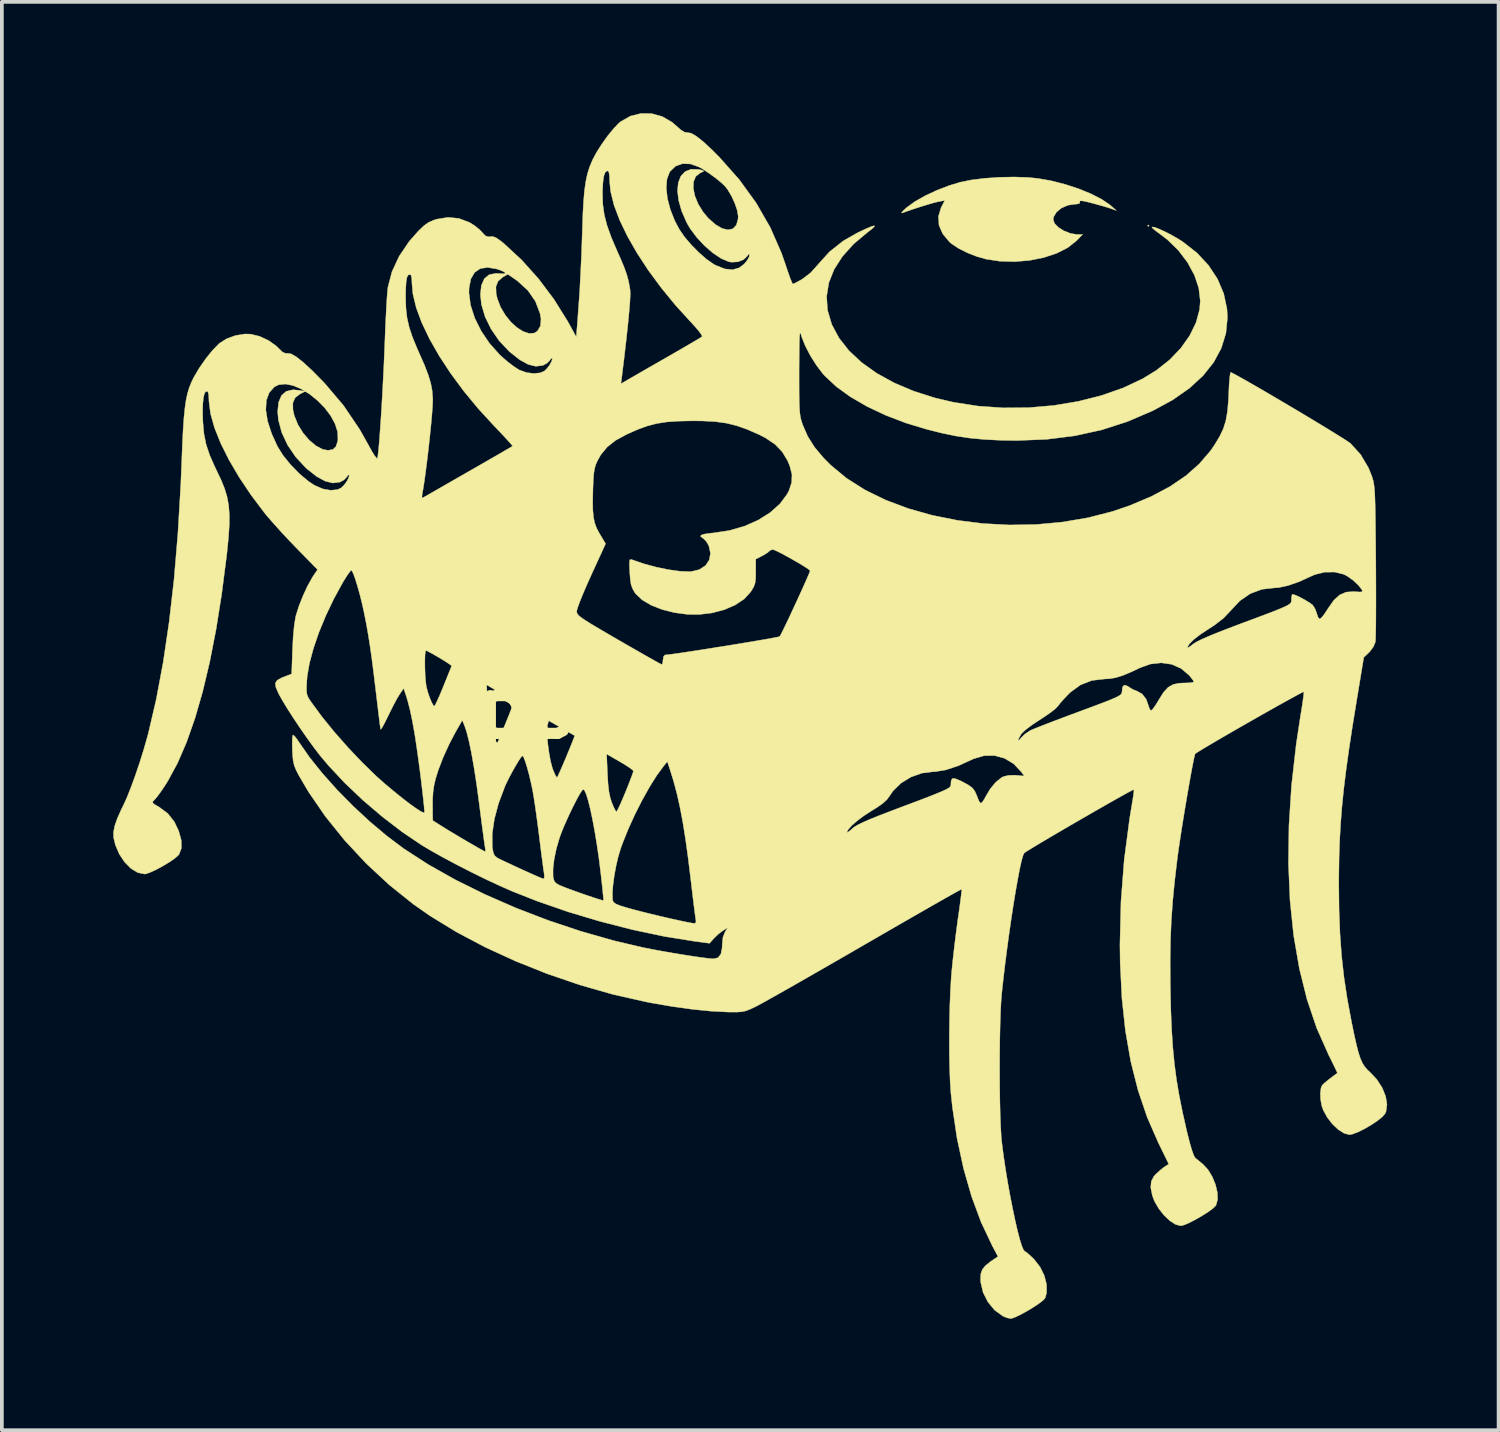
<source format=kicad_pcb>
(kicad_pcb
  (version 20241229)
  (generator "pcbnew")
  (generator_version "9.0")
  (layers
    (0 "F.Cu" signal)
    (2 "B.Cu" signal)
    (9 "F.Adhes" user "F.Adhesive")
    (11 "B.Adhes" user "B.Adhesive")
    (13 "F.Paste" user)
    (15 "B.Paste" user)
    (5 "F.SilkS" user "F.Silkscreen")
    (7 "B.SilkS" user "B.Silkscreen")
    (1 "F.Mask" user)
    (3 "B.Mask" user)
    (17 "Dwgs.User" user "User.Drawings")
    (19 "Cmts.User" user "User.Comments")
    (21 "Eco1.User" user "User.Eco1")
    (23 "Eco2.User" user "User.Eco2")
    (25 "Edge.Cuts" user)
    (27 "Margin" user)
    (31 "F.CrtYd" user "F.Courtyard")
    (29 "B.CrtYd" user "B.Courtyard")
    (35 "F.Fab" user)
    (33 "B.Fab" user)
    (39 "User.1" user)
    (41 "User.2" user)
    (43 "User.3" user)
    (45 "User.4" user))
  (footprint "perry-41mm"
    (layer "F.Cu")
    (at 17.083 16.006)
    (property "Reference" "perry-41mm" (at 0 0 0) (layer "F.SilkS") (effects (font (size 1.524 1.524) (thickness 0.3))))
    (attr through_hole)
    (fp_poly (pts (xy 10.806 -12.98) (xy 10.784 -12.958) (xy 10.763 -12.98) (xy 10.784 -13.001) (xy 10.806 -12.98)) (stroke (width 0.01) (type solid)) (fill yes) (layer "F.SilkS"))
    (fp_poly (pts (xy 7.549 -14.278) (xy 7.805 -14.253) (xy 8.174 -14.188) (xy 8.549 -14.092) (xy 8.912 -13.973) (xy 9.246 -13.836) (xy 9.532 -13.689) (xy 9.752 -13.539) (xy 9.773 -13.521) (xy 9.923 -13.389) (xy 9.794 -13.435) (xy 9.693 -13.468) (xy 9.538 -13.514) (xy 9.355 -13.565) (xy 9.291 -13.582) (xy 9.11 -13.628) (xy 8.999 -13.649) (xy 8.946 -13.646) (xy 8.94 -13.622) (xy 8.933 -13.579) (xy 8.858 -13.561) (xy 8.819 -13.56) (xy 8.622 -13.531) (xy 8.446 -13.455) (xy 8.311 -13.344) (xy 8.234 -13.213) (xy 8.223 -13.141) (xy 8.262 -13.037) (xy 8.365 -12.933) (xy 8.512 -12.841) (xy 8.681 -12.774) (xy 8.853 -12.744) (xy 8.876 -12.743) (xy 9.015 -12.743) (xy 8.849 -12.573) (xy 8.616 -12.388) (xy 8.318 -12.237) (xy 7.97 -12.121) (xy 7.589 -12.045) (xy 7.189 -12.011) (xy 6.786 -12.023) (xy 6.42 -12.078) (xy 6.166 -12.15) (xy 5.906 -12.252) (xy 5.669 -12.372) (xy 5.482 -12.497) (xy 5.431 -12.541) (xy 5.248 -12.761) (xy 5.149 -12.991) (xy 5.133 -13.226) (xy 5.203 -13.461) (xy 5.213 -13.482) (xy 5.303 -13.658) (xy 5.137 -13.628) (xy 5.025 -13.601) (xy 4.855 -13.552) (xy 4.652 -13.49) (xy 4.44 -13.421) (xy 4.244 -13.353) (xy 4.154 -13.321) (xy 4.14 -13.329) (xy 4.183 -13.38) (xy 4.274 -13.465) (xy 4.284 -13.472) (xy 4.498 -13.628) (xy 4.775 -13.785) (xy 5.091 -13.933) (xy 5.424 -14.061) (xy 5.714 -14.149) (xy 6.019 -14.211) (xy 6.382 -14.256) (xy 6.776 -14.283) (xy 7.174 -14.291) (xy 7.549 -14.278)) (stroke (width 0.01) (type solid)) (fill yes) (layer "F.SilkS"))
    (fp_poly (pts (xy -2.586 -15.997) (xy -2.302 -15.918) (xy -2.039 -15.766) (xy -1.933 -15.674) (xy -1.798 -15.555) (xy -1.699 -15.495) (xy -1.621 -15.486) (xy -1.621 -15.487) (xy -1.523 -15.469) (xy -1.382 -15.387) (xy -1.196 -15.239) (xy -0.963 -15.023) (xy -0.767 -14.826) (xy -0.23 -14.221) (xy 0.226 -13.592) (xy 0.604 -12.935) (xy 0.907 -12.244) (xy 1.019 -11.922) (xy 1.084 -11.728) (xy 1.141 -11.567) (xy 1.186 -11.456) (xy 1.211 -11.41) (xy 1.212 -11.41) (xy 1.262 -11.429) (xy 1.362 -11.481) (xy 1.471 -11.543) (xy 1.689 -11.709) (xy 1.892 -11.934) (xy 1.897 -11.941) (xy 2.2 -12.277) (xy 2.569 -12.569) (xy 2.949 -12.786) (xy 3.175 -12.893) (xy 3.327 -12.957) (xy 3.406 -12.979) (xy 3.412 -12.959) (xy 3.347 -12.896) (xy 3.234 -12.809) (xy 2.852 -12.489) (xy 2.549 -12.152) (xy 2.325 -11.803) (xy 2.182 -11.443) (xy 2.123 -11.075) (xy 2.148 -10.704) (xy 2.149 -10.7) (xy 2.262 -10.319) (xy 2.456 -9.956) (xy 2.725 -9.614) (xy 3.065 -9.297) (xy 3.47 -9.008) (xy 3.937 -8.75) (xy 4.461 -8.528) (xy 5.036 -8.344) (xy 5.532 -8.227) (xy 6.198 -8.123) (xy 6.88 -8.075) (xy 7.565 -8.081) (xy 8.242 -8.14) (xy 8.9 -8.25) (xy 9.526 -8.408) (xy 10.11 -8.613) (xy 10.639 -8.863) (xy 11.002 -9.086) (xy 11.36 -9.369) (xy 11.661 -9.684) (xy 11.899 -10.021) (xy 12.069 -10.371) (xy 12.165 -10.723) (xy 12.183 -10.956) (xy 12.143 -11.299) (xy 12.026 -11.648) (xy 11.84 -11.991) (xy 11.594 -12.315) (xy 11.294 -12.607) (xy 11.078 -12.771) (xy 10.965 -12.855) (xy 10.894 -12.918) (xy 10.88 -12.947) (xy 10.881 -12.947) (xy 10.949 -12.938) (xy 11.073 -12.892) (xy 11.232 -12.819) (xy 11.411 -12.727) (xy 11.588 -12.625) (xy 11.71 -12.548) (xy 12.091 -12.25) (xy 12.405 -11.913) (xy 12.648 -11.544) (xy 12.815 -11.15) (xy 12.902 -10.737) (xy 12.915 -10.504) (xy 12.873 -10.082) (xy 12.748 -9.679) (xy 12.541 -9.296) (xy 12.253 -8.936) (xy 11.885 -8.599) (xy 11.437 -8.287) (xy 10.913 -8.002) (xy 10.228 -7.707) (xy 9.528 -7.481) (xy 8.804 -7.322) (xy 8.044 -7.227) (xy 7.238 -7.195) (xy 6.809 -7.202) (xy 6.368 -7.224) (xy 5.978 -7.261) (xy 5.604 -7.317) (xy 5.213 -7.398) (xy 4.831 -7.494) (xy 4.254 -7.668) (xy 3.711 -7.876) (xy 3.212 -8.112) (xy 2.765 -8.371) (xy 2.382 -8.648) (xy 2.073 -8.937) (xy 2.016 -9.001) (xy 1.847 -9.224) (xy 1.686 -9.479) (xy 1.551 -9.738) (xy 1.456 -9.972) (xy 1.441 -10.022) (xy 1.425 -10.074) (xy 1.411 -10.093) (xy 1.402 -10.069) (xy 1.394 -9.997) (xy 1.389 -9.868) (xy 1.386 -9.676) (xy 1.384 -9.412) (xy 1.382 -9.069) (xy 1.382 -9.062) (xy 1.382 -8.713) (xy 1.383 -8.438) (xy 1.386 -8.225) (xy 1.392 -8.062) (xy 1.402 -7.936) (xy 1.416 -7.836) (xy 1.436 -7.75) (xy 1.463 -7.665) (xy 1.48 -7.615) (xy 1.614 -7.308) (xy 1.797 -7.017) (xy 2.042 -6.725) (xy 2.229 -6.537) (xy 2.661 -6.179) (xy 3.159 -5.864) (xy 3.715 -5.592) (xy 4.32 -5.365) (xy 4.965 -5.183) (xy 5.64 -5.047) (xy 6.337 -4.96) (xy 7.046 -4.922) (xy 7.758 -4.934) (xy 8.465 -4.999) (xy 9.156 -5.116) (xy 9.824 -5.287) (xy 10.288 -5.446) (xy 10.867 -5.691) (xy 11.367 -5.956) (xy 11.795 -6.247) (xy 12.156 -6.566) (xy 12.458 -6.918) (xy 12.564 -7.072) (xy 12.701 -7.298) (xy 12.801 -7.508) (xy 12.87 -7.724) (xy 12.914 -7.968) (xy 12.94 -8.263) (xy 12.949 -8.45) (xy 12.958 -8.664) (xy 12.971 -8.842) (xy 12.985 -8.968) (xy 12.999 -9.029) (xy 13.003 -9.032) (xy 13.08 -8.995) (xy 13.219 -8.919) (xy 13.412 -8.811) (xy 13.648 -8.676) (xy 13.917 -8.52) (xy 14.21 -8.348) (xy 14.515 -8.168) (xy 14.824 -7.985) (xy 15.126 -7.804) (xy 15.411 -7.632) (xy 15.67 -7.474) (xy 15.892 -7.337) (xy 16.067 -7.227) (xy 16.185 -7.149) (xy 16.232 -7.114) (xy 16.501 -6.817) (xy 16.711 -6.462) (xy 16.804 -6.232) (xy 16.825 -6.165) (xy 16.843 -6.097) (xy 16.857 -6.02) (xy 16.869 -5.924) (xy 16.879 -5.802) (xy 16.886 -5.646) (xy 16.892 -5.447) (xy 16.897 -5.196) (xy 16.901 -4.886) (xy 16.905 -4.509) (xy 16.909 -4.056) (xy 16.91 -3.939) (xy 16.912 -3.525) (xy 16.913 -3.133) (xy 16.913 -2.773) (xy 16.912 -2.453) (xy 16.91 -2.184) (xy 16.906 -1.974) (xy 16.902 -1.832) (xy 16.897 -1.771) (xy 16.844 -1.641) (xy 16.746 -1.51) (xy 16.728 -1.491) (xy 16.585 -1.356) (xy 16.386 -0.151) (xy 16.276 0.527) (xy 16.184 1.134) (xy 16.108 1.682) (xy 16.046 2.187) (xy 15.998 2.659) (xy 15.962 3.114) (xy 15.937 3.563) (xy 15.921 4.02) (xy 15.914 4.499) (xy 15.913 4.757) (xy 15.92 5.453) (xy 15.945 6.087) (xy 15.988 6.679) (xy 16.052 7.253) (xy 16.139 7.83) (xy 16.251 8.432) (xy 16.256 8.459) (xy 16.327 8.804) (xy 16.388 9.075) (xy 16.442 9.285) (xy 16.495 9.445) (xy 16.55 9.568) (xy 16.612 9.665) (xy 16.684 9.748) (xy 16.751 9.81) (xy 16.938 10.008) (xy 17.081 10.23) (xy 17.174 10.459) (xy 17.21 10.678) (xy 17.184 10.871) (xy 17.161 10.924) (xy 17.087 11.012) (xy 16.954 11.119) (xy 16.785 11.232) (xy 16.601 11.339) (xy 16.424 11.426) (xy 16.275 11.482) (xy 16.199 11.495) (xy 16.055 11.457) (xy 15.897 11.356) (xy 15.74 11.207) (xy 15.601 11.028) (xy 15.495 10.834) (xy 15.456 10.725) (xy 15.423 10.549) (xy 15.416 10.375) (xy 15.435 10.232) (xy 15.467 10.16) (xy 15.525 10.105) (xy 15.625 10.022) (xy 15.741 9.932) (xy 15.844 9.857) (xy 15.874 9.837) (xy 15.86 9.799) (xy 15.813 9.699) (xy 15.741 9.551) (xy 15.651 9.37) (xy 15.636 9.339) (xy 15.319 8.628) (xy 15.057 7.853) (xy 14.85 7.019) (xy 14.697 6.129) (xy 14.599 5.187) (xy 14.557 4.198) (xy 14.571 3.164) (xy 14.64 2.091) (xy 14.766 0.981) (xy 14.878 0.242) (xy 14.915 0.017) (xy 14.944 -0.179) (xy 14.964 -0.328) (xy 14.973 -0.415) (xy 14.973 -0.431) (xy 14.935 -0.416) (xy 14.832 -0.364) (xy 14.675 -0.278) (xy 14.473 -0.167) (xy 14.235 -0.034) (xy 13.971 0.115) (xy 13.691 0.273) (xy 13.406 0.436) (xy 13.123 0.598) (xy 12.854 0.754) (xy 12.608 0.897) (xy 12.395 1.023) (xy 12.224 1.125) (xy 12.105 1.198) (xy 12.048 1.237) (xy 12.047 1.239) (xy 12.03 1.29) (xy 12.003 1.414) (xy 11.966 1.6) (xy 11.923 1.835) (xy 11.874 2.109) (xy 11.822 2.409) (xy 11.769 2.724) (xy 11.717 3.042) (xy 11.668 3.351) (xy 11.624 3.639) (xy 11.587 3.895) (xy 11.563 4.074) (xy 11.493 4.667) (xy 11.44 5.212) (xy 11.403 5.735) (xy 11.381 6.261) (xy 11.373 6.817) (xy 11.376 7.428) (xy 11.378 7.555) (xy 11.391 8.147) (xy 11.413 8.671) (xy 11.444 9.145) (xy 11.487 9.586) (xy 11.543 10.013) (xy 11.616 10.444) (xy 11.707 10.897) (xy 11.818 11.388) (xy 11.826 11.424) (xy 11.893 11.688) (xy 11.953 11.898) (xy 12.005 12.045) (xy 12.045 12.118) (xy 12.048 12.12) (xy 12.128 12.185) (xy 12.233 12.271) (xy 12.25 12.284) (xy 12.39 12.434) (xy 12.506 12.625) (xy 12.593 12.838) (xy 12.643 13.05) (xy 12.65 13.241) (xy 12.608 13.391) (xy 12.6 13.405) (xy 12.528 13.476) (xy 12.4 13.57) (xy 12.238 13.674) (xy 12.061 13.776) (xy 11.892 13.864) (xy 11.75 13.925) (xy 11.658 13.948) (xy 11.657 13.948) (xy 11.517 13.911) (xy 11.361 13.81) (xy 11.204 13.661) (xy 11.062 13.48) (xy 10.949 13.284) (xy 10.892 13.132) (xy 10.85 12.918) (xy 10.863 12.753) (xy 10.934 12.616) (xy 10.989 12.555) (xy 11.1 12.454) (xy 11.207 12.369) (xy 11.232 12.352) (xy 11.335 12.286) (xy 11.052 11.707) (xy 10.753 11.023) (xy 10.507 10.297) (xy 10.312 9.525) (xy 10.168 8.7) (xy 10.073 7.817) (xy 10.026 6.87) (xy 10.02 6.372) (xy 10.048 5.216) (xy 10.135 4.09) (xy 10.284 2.959) (xy 10.35 2.562) (xy 10.376 2.4) (xy 10.393 2.275) (xy 10.397 2.208) (xy 10.395 2.202) (xy 10.356 2.218) (xy 10.252 2.273) (xy 10.093 2.361) (xy 9.889 2.475) (xy 9.649 2.611) (xy 9.385 2.762) (xy 9.104 2.924) (xy 8.816 3.09) (xy 8.533 3.255) (xy 8.262 3.414) (xy 8.014 3.56) (xy 7.799 3.688) (xy 7.626 3.793) (xy 7.504 3.869) (xy 7.444 3.91) (xy 7.442 3.912) (xy 7.41 3.98) (xy 7.369 4.125) (xy 7.322 4.338) (xy 7.27 4.608) (xy 7.213 4.929) (xy 7.154 5.289) (xy 7.094 5.681) (xy 7.034 6.096) (xy 6.976 6.523) (xy 6.921 6.955) (xy 6.871 7.382) (xy 6.836 7.706) (xy 6.819 7.929) (xy 6.805 8.219) (xy 6.794 8.564) (xy 6.786 8.947) (xy 6.782 9.356) (xy 6.781 9.776) (xy 6.783 10.192) (xy 6.788 10.59) (xy 6.797 10.957) (xy 6.809 11.277) (xy 6.824 11.537) (xy 6.838 11.688) (xy 6.883 12.039) (xy 6.937 12.403) (xy 6.997 12.771) (xy 7.062 13.132) (xy 7.13 13.477) (xy 7.197 13.795) (xy 7.262 14.077) (xy 7.323 14.311) (xy 7.378 14.488) (xy 7.425 14.598) (xy 7.454 14.631) (xy 7.513 14.669) (xy 7.608 14.752) (xy 7.711 14.852) (xy 7.872 15.059) (xy 7.985 15.291) (xy 8.045 15.529) (xy 8.046 15.751) (xy 8.005 15.895) (xy 7.949 15.956) (xy 7.835 16.043) (xy 7.683 16.144) (xy 7.514 16.246) (xy 7.346 16.338) (xy 7.202 16.407) (xy 7.099 16.443) (xy 7.079 16.445) (xy 6.983 16.426) (xy 6.868 16.379) (xy 6.867 16.378) (xy 6.646 16.218) (xy 6.465 15.998) (xy 6.335 15.74) (xy 6.271 15.465) (xy 6.266 15.38) (xy 6.275 15.237) (xy 6.316 15.123) (xy 6.4 15.019) (xy 6.542 14.906) (xy 6.63 14.846) (xy 6.737 14.774) (xy 6.58 14.48) (xy 6.283 13.852) (xy 6.025 13.156) (xy 5.808 12.4) (xy 5.635 11.596) (xy 5.509 10.751) (xy 5.467 10.354) (xy 5.448 10.064) (xy 5.435 9.709) (xy 5.427 9.305) (xy 5.426 8.874) (xy 5.431 8.433) (xy 5.441 8.003) (xy 5.457 7.601) (xy 5.478 7.249) (xy 5.49 7.103) (xy 5.521 6.796) (xy 5.561 6.442) (xy 5.606 6.078) (xy 5.65 5.743) (xy 5.664 5.646) (xy 5.699 5.403) (xy 5.727 5.191) (xy 5.748 5.025) (xy 5.759 4.918) (xy 5.759 4.884) (xy 5.721 4.903) (xy 5.613 4.961) (xy 5.444 5.056) (xy 5.218 5.184) (xy 4.942 5.341) (xy 4.621 5.525) (xy 4.262 5.731) (xy 3.87 5.957) (xy 3.452 6.199) (xy 3.141 6.378) (xy 2.698 6.635) (xy 2.269 6.882) (xy 1.862 7.116) (xy 1.483 7.333) (xy 1.14 7.529) (xy 0.839 7.699) (xy 0.587 7.841) (xy 0.392 7.95) (xy 0.26 8.021) (xy 0.215 8.044) (xy 0.064 8.116) (xy -0.053 8.161) (xy -0.164 8.185) (xy -0.297 8.194) (xy -0.479 8.193) (xy -0.545 8.192) (xy -0.985 8.169) (xy -1.487 8.119) (xy -2.035 8.043) (xy -2.61 7.944) (xy -2.742 7.918) (xy -3.628 7.718) (xy -4.517 7.464) (xy -5.396 7.164) (xy -6.252 6.822) (xy -7.073 6.445) (xy -7.844 6.037) (xy -8.552 5.604) (xy -9.007 5.286) (xy -9.658 4.764) (xy -10.277 4.188) (xy -10.853 3.57) (xy -11.374 2.923) (xy -11.828 2.262) (xy -12.081 1.831) (xy -12.161 1.677) (xy -12.211 1.553) (xy -12.24 1.425) (xy -12.256 1.262) (xy -12.262 1.131) (xy -12.266 0.958) (xy -12.262 0.823) (xy -12.251 0.744) (xy -12.242 0.732) (xy -12.2 0.765) (xy -12.132 0.852) (xy -12.079 0.931) (xy -11.797 1.337) (xy -11.451 1.768) (xy -11.057 2.209) (xy -10.627 2.646) (xy -10.177 3.064) (xy -9.72 3.449) (xy -9.27 3.787) (xy -9.256 3.797) (xy -8.597 4.223) (xy -7.865 4.635) (xy -7.076 5.025) (xy -6.241 5.39) (xy -5.375 5.723) (xy -4.491 6.018) (xy -3.603 6.271) (xy -2.82 6.455) (xy -2.583 6.502) (xy -2.313 6.552) (xy -2.028 6.602) (xy -1.742 6.649) (xy -1.473 6.691) (xy -1.237 6.725) (xy -1.051 6.748) (xy -0.93 6.759) (xy -0.918 6.759) (xy -0.799 6.728) (xy -0.724 6.631) (xy -0.691 6.464) (xy -0.689 6.388) (xy -0.669 6.181) (xy -0.613 6.036) (xy -0.538 5.919) (xy -0.667 5.999) (xy -0.785 6.087) (xy -0.901 6.197) (xy -0.913 6.21) (xy -1.029 6.341) (xy -1.429 6.288) (xy -2.244 6.157) (xy -3.101 5.976) (xy -3.975 5.752) (xy -4.842 5.493) (xy -5.678 5.203) (xy -6.336 4.943) (xy -6.671 4.796) (xy -7.044 4.622) (xy -7.437 4.429) (xy -7.828 4.229) (xy -8.198 4.032) (xy -8.527 3.848) (xy -8.775 3.701) (xy -9.306 3.342) (xy -9.842 2.931) (xy -10.364 2.486) (xy -10.853 2.021) (xy -11.289 1.555) (xy -11.511 1.292) (xy -11.675 1.078) (xy -11.857 0.828) (xy -12.045 0.557) (xy -12.228 0.285) (xy -12.394 0.026) (xy -12.531 -0.2) (xy -12.63 -0.377) (xy -12.638 -0.395) (xy -12.707 -0.555) (xy -12.708 -0.562) (xy -11.88 -0.562) (xy -11.88 -0.436) (xy -11.864 -0.346) (xy -11.829 -0.266) (xy -11.768 -0.173) (xy -11.755 -0.154) (xy -11.469 0.236) (xy -11.131 0.652) (xy -10.761 1.072) (xy -10.379 1.474) (xy -10.005 1.838) (xy -9.791 2.029) (xy -9.538 2.241) (xy -9.305 2.43) (xy -9.099 2.588) (xy -8.928 2.711) (xy -8.8 2.792) (xy -8.723 2.826) (xy -8.705 2.819) (xy -8.706 2.762) (xy -8.71 2.718) (xy -8.486 2.718) (xy -8.485 2.798) (xy -8.481 3.035) (xy -8.212 3.205) (xy -8.076 3.29) (xy -7.907 3.391) (xy -7.722 3.502) (xy -7.534 3.612) (xy -7.36 3.713) (xy -7.214 3.797) (xy -7.111 3.853) (xy -7.067 3.875) (xy -7.067 3.875) (xy -7.063 3.838) (xy -7.074 3.747) (xy -7.077 3.735) (xy -7.089 3.653) (xy -7.111 3.5) (xy -7.125 3.389) (xy -6.88 3.389) (xy -6.879 3.732) (xy -6.87 3.802) (xy -6.849 3.912) (xy -6.813 3.984) (xy -6.743 4.041) (xy -6.616 4.105) (xy -6.595 4.115) (xy -6.293 4.256) (xy -6.027 4.379) (xy -5.805 4.479) (xy -5.636 4.553) (xy -5.529 4.596) (xy -5.495 4.606) (xy -5.477 4.57) (xy -5.481 4.48) (xy -5.483 4.467) (xy -5.496 4.382) (xy -5.503 4.333) (xy -5.243 4.333) (xy -5.242 4.538) (xy -5.232 4.599) (xy -5.207 4.673) (xy -5.156 4.729) (xy -5.059 4.782) (xy -4.916 4.84) (xy -4.736 4.907) (xy -4.538 4.978) (xy -4.341 5.047) (xy -4.16 5.108) (xy -4.012 5.155) (xy -3.915 5.184) (xy -3.885 5.189) (xy -3.886 5.145) (xy -3.896 5.03) (xy -3.9 4.995) (xy -3.645 4.995) (xy -3.64 5.156) (xy -3.632 5.197) (xy -3.607 5.241) (xy -3.548 5.282) (xy -3.441 5.326) (xy -3.273 5.378) (xy -3.128 5.419) (xy -2.896 5.48) (xy -2.636 5.545) (xy -2.365 5.61) (xy -2.098 5.672) (xy -1.853 5.727) (xy -1.647 5.77) (xy -1.495 5.798) (xy -1.431 5.807) (xy -1.394 5.778) (xy -1.398 5.715) (xy -1.409 5.645) (xy -1.428 5.503) (xy -1.453 5.304) (xy -1.483 5.06) (xy -1.515 4.787) (xy -1.529 4.671) (xy -1.602 4.074) (xy -1.674 3.551) (xy -1.705 3.354) (xy 2.669 3.354) (xy 2.697 3.349) (xy 2.766 3.296) (xy 2.816 3.251) (xy 2.877 3.203) (xy 2.97 3.149) (xy 3.103 3.084) (xy 3.284 3.005) (xy 3.52 2.909) (xy 3.821 2.793) (xy 4.195 2.651) (xy 4.215 2.644) (xy 4.569 2.511) (xy 4.85 2.404) (xy 5.066 2.318) (xy 5.226 2.252) (xy 5.338 2.2) (xy 5.41 2.159) (xy 5.45 2.125) (xy 5.466 2.096) (xy 5.467 2.081) (xy 5.475 1.964) (xy 5.507 1.906) (xy 5.579 1.905) (xy 5.703 1.955) (xy 5.767 1.986) (xy 5.934 2.075) (xy 6.042 2.153) (xy 6.111 2.241) (xy 6.165 2.359) (xy 6.178 2.398) (xy 6.222 2.504) (xy 6.264 2.566) (xy 6.272 2.571) (xy 6.311 2.544) (xy 6.369 2.459) (xy 6.403 2.395) (xy 6.528 2.184) (xy 6.676 2.006) (xy 6.83 1.881) (xy 6.888 1.851) (xy 7.018 1.821) (xy 7.183 1.815) (xy 7.231 1.818) (xy 7.444 1.838) (xy 7.364 1.726) (xy 7.159 1.509) (xy 6.915 1.361) (xy 6.644 1.287) (xy 6.361 1.291) (xy 6.079 1.374) (xy 6.033 1.396) (xy 5.663 1.564) (xy 5.333 1.673) (xy 5.051 1.72) (xy 4.989 1.722) (xy 4.687 1.76) (xy 4.394 1.865) (xy 4.13 2.026) (xy 3.915 2.233) (xy 3.82 2.372) (xy 3.746 2.473) (xy 3.633 2.576) (xy 3.465 2.693) (xy 3.331 2.776) (xy 3.126 2.908) (xy 2.945 3.044) (xy 2.799 3.171) (xy 2.703 3.279) (xy 2.669 3.354) (xy -1.705 3.354) (xy -1.747 3.092) (xy -1.824 2.686) (xy -1.906 2.32) (xy -1.995 1.984) (xy -2.075 1.725) (xy -2.165 1.448) (xy -2.268 1.574) (xy -2.451 1.823) (xy -2.647 2.136) (xy -2.847 2.494) (xy -3.041 2.878) (xy -3.219 3.269) (xy -3.371 3.648) (xy -3.419 3.78) (xy -3.488 4.009) (xy -3.548 4.266) (xy -3.596 4.529) (xy -3.629 4.779) (xy -3.645 4.995) (xy -3.9 4.995) (xy -3.913 4.857) (xy -3.937 4.641) (xy -3.961 4.43) (xy -4.009 4.044) (xy -4.064 3.67) (xy -4.122 3.318) (xy -4.182 2.998) (xy -4.241 2.719) (xy -4.299 2.49) (xy -4.352 2.32) (xy -4.399 2.22) (xy -4.429 2.196) (xy -4.467 2.233) (xy -4.531 2.334) (xy -4.614 2.485) (xy -4.709 2.671) (xy -4.807 2.876) (xy -4.903 3.086) (xy -4.988 3.286) (xy -5.055 3.46) (xy -5.071 3.509) (xy -5.155 3.798) (xy -5.213 4.08) (xy -5.243 4.333) (xy -5.503 4.333) (xy -5.517 4.227) (xy -5.545 4.018) (xy -5.577 3.769) (xy -5.611 3.496) (xy -5.617 3.444) (xy -5.655 3.151) (xy -5.694 2.862) (xy -5.732 2.598) (xy -5.766 2.378) (xy -5.793 2.222) (xy -5.794 2.217) (xy -5.843 1.988) (xy -5.896 1.768) (xy -5.95 1.573) (xy -6 1.418) (xy -6.04 1.32) (xy -6.064 1.292) (xy -6.101 1.327) (xy -6.166 1.422) (xy -6.249 1.56) (xy -6.341 1.722) (xy -6.43 1.89) (xy -6.508 2.049) (xy -6.542 2.126) (xy -6.71 2.574) (xy -6.823 2.999) (xy -6.88 3.389) (xy -7.125 3.389) (xy -7.139 3.289) (xy -7.172 3.035) (xy -7.209 2.75) (xy -7.233 2.562) (xy -7.3 2.066) (xy -7.369 1.619) (xy -7.438 1.227) (xy -7.506 0.898) (xy -7.572 0.641) (xy -7.627 0.48) (xy -7.686 0.336) (xy -7.87 0.657) (xy -8.041 0.983) (xy -8.2 1.333) (xy -8.331 1.673) (xy -8.407 1.916) (xy -8.447 2.089) (xy -8.472 2.263) (xy -8.485 2.464) (xy -8.486 2.718) (xy -8.71 2.718) (xy -8.718 2.632) (xy -8.738 2.442) (xy -8.765 2.203) (xy -8.798 1.929) (xy -8.824 1.719) (xy -8.894 1.198) (xy -8.96 0.754) (xy -9.026 0.38) (xy -9.091 0.068) (xy -9.158 -0.192) (xy -9.196 -0.315) (xy -9.265 -0.523) (xy -9.374 -0.363) (xy -9.439 -0.256) (xy -9.526 -0.095) (xy -9.621 0.093) (xy -9.678 0.209) (xy -9.758 0.373) (xy -9.825 0.498) (xy -9.87 0.57) (xy -9.886 0.58) (xy -9.894 0.527) (xy -9.911 0.401) (xy -9.934 0.215) (xy -9.962 -0.018) (xy -9.994 -0.284) (xy -10.009 -0.409) (xy -10.066 -0.883) (xy -10.115 -1.269) (xy -8.694 -1.269) (xy -8.693 -1.096) (xy -8.687 -0.915) (xy -8.676 -0.746) (xy -8.66 -0.607) (xy -8.652 -0.56) (xy -8.611 -0.408) (xy -8.559 -0.259) (xy -8.506 -0.135) (xy -8.459 -0.057) (xy -8.439 -0.043) (xy -8.413 -0.081) (xy -8.363 -0.184) (xy -8.294 -0.337) (xy -8.215 -0.527) (xy -8.198 -0.569) (xy -8.179 -0.617) (xy -7.03 -0.617) (xy -7.007 -0.104) (xy -6.987 0.181) (xy -6.956 0.423) (xy -6.917 0.602) (xy -6.91 0.624) (xy -6.853 0.772) (xy -6.798 0.882) (xy -6.755 0.938) (xy -6.738 0.937) (xy -6.719 0.896) (xy -6.674 0.789) (xy -6.609 0.632) (xy -6.59 0.586) (xy -5.405 0.586) (xy -5.401 0.767) (xy -5.382 0.983) (xy -5.351 1.211) (xy -5.312 1.427) (xy -5.266 1.606) (xy -5.249 1.656) (xy -5.198 1.78) (xy -5.155 1.859) (xy -5.133 1.876) (xy -5.109 1.829) (xy -5.058 1.718) (xy -4.988 1.558) (xy -4.905 1.364) (xy -4.88 1.305) (xy -4.856 1.246) (xy -3.8 1.246) (xy -3.778 1.775) (xy -3.762 2.047) (xy -3.738 2.256) (xy -3.703 2.424) (xy -3.662 2.551) (xy -3.608 2.68) (xy -3.562 2.77) (xy -3.538 2.798) (xy -3.511 2.761) (xy -3.46 2.658) (xy -3.391 2.504) (xy -3.311 2.315) (xy -3.293 2.271) (xy -3.213 2.072) (xy -3.147 1.901) (xy -3.1 1.774) (xy -3.079 1.707) (xy -3.078 1.703) (xy -3.113 1.665) (xy -3.207 1.597) (xy -3.344 1.51) (xy -3.439 1.454) (xy -3.8 1.246) (xy -4.856 1.246) (xy -4.798 1.106) (xy -4.731 0.939) (xy -4.709 0.883) (xy 7.279 0.883) (xy 7.31 0.866) (xy 7.366 0.801) (xy 7.466 0.704) (xy 7.595 0.618) (xy 7.613 0.608) (xy 7.694 0.573) (xy 7.844 0.513) (xy 8.05 0.432) (xy 8.302 0.336) (xy 8.585 0.229) (xy 8.889 0.116) (xy 8.922 0.104) (xy 9.258 -0.021) (xy 9.521 -0.12) (xy 9.721 -0.197) (xy 9.866 -0.258) (xy 9.965 -0.305) (xy 10.027 -0.343) (xy 10.06 -0.375) (xy 10.073 -0.407) (xy 10.075 -0.43) (xy 10.091 -0.561) (xy 10.139 -0.612) (xy 10.221 -0.586) (xy 10.253 -0.564) (xy 10.37 -0.492) (xy 10.476 -0.45) (xy 10.615 -0.374) (xy 10.725 -0.235) (xy 10.788 -0.058) (xy 10.819 0.035) (xy 10.858 0.074) (xy 10.865 0.074) (xy 10.908 0.03) (xy 10.978 -0.068) (xy 11.06 -0.202) (xy 11.066 -0.213) (xy 11.195 -0.418) (xy 11.319 -0.552) (xy 11.457 -0.63) (xy 11.627 -0.663) (xy 11.741 -0.667) (xy 11.881 -0.672) (xy 11.978 -0.683) (xy 12.011 -0.698) (xy 11.985 -0.746) (xy 11.919 -0.832) (xy 11.88 -0.878) (xy 11.667 -1.058) (xy 11.414 -1.17) (xy 11.134 -1.21) (xy 10.84 -1.177) (xy 10.569 -1.08) (xy 10.299 -0.953) (xy 10.084 -0.865) (xy 9.905 -0.81) (xy 9.746 -0.782) (xy 9.605 -0.775) (xy 9.265 -0.735) (xy 8.959 -0.616) (xy 8.686 -0.418) (xy 8.636 -0.369) (xy 8.515 -0.242) (xy 8.411 -0.124) (xy 8.347 -0.041) (xy 8.284 0.024) (xy 8.164 0.119) (xy 8.006 0.23) (xy 7.852 0.33) (xy 7.652 0.463) (xy 7.49 0.585) (xy 7.382 0.684) (xy 7.351 0.724) (xy 7.293 0.834) (xy 7.279 0.883) (xy -4.709 0.883) (xy -4.683 0.817) (xy -4.662 0.756) (xy -4.661 0.751) (xy -4.7 0.728) (xy -4.797 0.672) (xy -4.934 0.593) (xy -5.015 0.546) (xy -5.36 0.348) (xy -5.392 0.465) (xy -5.405 0.586) (xy -6.59 0.586) (xy -6.529 0.439) (xy -6.502 0.374) (xy -6.421 0.174) (xy -6.356 0.005) (xy -6.31 -0.119) (xy -6.291 -0.183) (xy -6.291 -0.188) (xy -6.334 -0.214) (xy -6.43 -0.269) (xy -6.522 -0.321) (xy -6.674 -0.407) (xy -6.82 -0.492) (xy -6.884 -0.53) (xy -7.03 -0.617) (xy -8.179 -0.617) (xy -8.118 -0.767) (xy -8.05 -0.936) (xy -8 -1.059) (xy -7.975 -1.121) (xy -7.973 -1.125) (xy -8.003 -1.154) (xy -8.089 -1.213) (xy -8.212 -1.291) (xy -8.353 -1.375) (xy -8.492 -1.455) (xy -8.611 -1.518) (xy -8.663 -1.543) (xy -8.679 -1.511) (xy -8.69 -1.413) (xy -8.694 -1.269) (xy -10.115 -1.269) (xy -10.117 -1.287) (xy -10.167 -1.638) (xy -10.216 -1.951) (xy -10.267 -2.242) (xy -10.323 -2.527) (xy -10.335 -2.583) (xy -10.338 -2.597) (xy -4.606 -2.597) (xy -4.602 -2.56) (xy -4.584 -2.523) (xy -4.546 -2.479) (xy -4.478 -2.425) (xy -4.374 -2.354) (xy -4.225 -2.261) (xy -4.023 -2.14) (xy -3.762 -1.987) (xy -3.476 -1.821) (xy -3.193 -1.658) (xy -2.933 -1.509) (xy -2.707 -1.38) (xy -2.524 -1.277) (xy -2.393 -1.204) (xy -2.323 -1.168) (xy -2.314 -1.165) (xy -2.291 -1.2) (xy -2.282 -1.29) (xy -2.282 -1.292) (xy -2.266 -1.385) (xy -2.228 -1.422) (xy -2.15 -1.429) (xy -2.004 -1.448) (xy -1.8 -1.477) (xy -1.551 -1.515) (xy -1.268 -1.558) (xy -0.964 -1.606) (xy -0.872 -1.621) (xy 11.839 -1.621) (xy 11.867 -1.624) (xy 11.938 -1.673) (xy 11.981 -1.709) (xy 12.073 -1.769) (xy 12.234 -1.849) (xy 12.468 -1.951) (xy 12.778 -2.075) (xy 13.168 -2.224) (xy 13.197 -2.235) (xy 13.576 -2.376) (xy 13.882 -2.491) (xy 14.122 -2.582) (xy 14.305 -2.655) (xy 14.439 -2.712) (xy 14.531 -2.757) (xy 14.589 -2.794) (xy 14.621 -2.827) (xy 14.635 -2.859) (xy 14.638 -2.894) (xy 14.637 -2.925) (xy 14.645 -3.017) (xy 14.665 -3.057) (xy 14.665 -3.057) (xy 14.739 -3.035) (xy 14.856 -2.982) (xy 14.991 -2.91) (xy 15.115 -2.835) (xy 15.201 -2.773) (xy 15.214 -2.76) (xy 15.28 -2.654) (xy 15.322 -2.531) (xy 15.355 -2.435) (xy 15.397 -2.39) (xy 15.401 -2.389) (xy 15.446 -2.424) (xy 15.519 -2.515) (xy 15.605 -2.644) (xy 15.62 -2.669) (xy 15.776 -2.892) (xy 15.936 -3.038) (xy 16.111 -3.114) (xy 16.316 -3.129) (xy 16.348 -3.126) (xy 16.478 -3.117) (xy 16.538 -3.124) (xy 16.547 -3.152) (xy 16.535 -3.178) (xy 16.443 -3.298) (xy 16.305 -3.427) (xy 16.151 -3.538) (xy 16.049 -3.593) (xy 15.801 -3.654) (xy 15.53 -3.651) (xy 15.267 -3.585) (xy 15.182 -3.548) (xy 14.845 -3.394) (xy 14.543 -3.289) (xy 14.288 -3.235) (xy 14.188 -3.229) (xy 13.844 -3.19) (xy 13.531 -3.074) (xy 13.246 -2.877) (xy 12.986 -2.599) (xy 12.982 -2.594) (xy 12.808 -2.411) (xy 12.566 -2.225) (xy 12.42 -2.13) (xy 12.188 -1.977) (xy 12.008 -1.838) (xy 11.89 -1.721) (xy 11.84 -1.632) (xy 11.839 -1.621) (xy -0.872 -1.621) (xy -0.649 -1.656) (xy -0.336 -1.707) (xy -0.035 -1.757) (xy 0.24 -1.803) (xy 0.479 -1.844) (xy 0.669 -1.879) (xy 0.8 -1.904) (xy 0.858 -1.919) (xy 0.86 -1.92) (xy 0.889 -1.969) (xy 0.946 -2.082) (xy 1.025 -2.245) (xy 1.12 -2.444) (xy 1.223 -2.666) (xy 1.33 -2.896) (xy 1.433 -3.121) (xy 1.525 -3.326) (xy 1.601 -3.497) (xy 1.654 -3.622) (xy 1.678 -3.685) (xy 1.678 -3.689) (xy 1.643 -3.724) (xy 1.548 -3.788) (xy 1.411 -3.873) (xy 1.249 -3.967) (xy 1.079 -4.063) (xy 0.919 -4.15) (xy 0.785 -4.217) (xy 0.695 -4.256) (xy 0.671 -4.262) (xy 0.597 -4.236) (xy 0.581 -4.218) (xy 0.528 -4.173) (xy 0.428 -4.112) (xy 0.385 -4.088) (xy 0.215 -4.002) (xy 0.215 -3.663) (xy 0.212 -3.484) (xy 0.197 -3.361) (xy 0.163 -3.261) (xy 0.1 -3.154) (xy 0.075 -3.116) (xy -0.098 -2.927) (xy -0.339 -2.767) (xy -0.632 -2.64) (xy -0.962 -2.553) (xy -1.314 -2.511) (xy -1.616 -2.514) (xy -1.973 -2.561) (xy -2.305 -2.645) (xy -2.599 -2.76) (xy -2.839 -2.901) (xy -3.011 -3.061) (xy -3.043 -3.103) (xy -3.103 -3.209) (xy -3.142 -3.319) (xy -3.164 -3.462) (xy -3.178 -3.648) (xy -3.186 -3.825) (xy -3.186 -3.932) (xy -3.174 -3.984) (xy -3.148 -3.995) (xy -3.116 -3.986) (xy -2.798 -3.877) (xy -2.462 -3.786) (xy -2.131 -3.718) (xy -1.827 -3.676) (xy -1.573 -3.666) (xy -1.517 -3.669) (xy -1.302 -3.721) (xy -1.139 -3.828) (xy -1.037 -3.979) (xy -1.004 -4.16) (xy -1.048 -4.359) (xy -1.113 -4.474) (xy -1.191 -4.555) (xy -1.203 -4.562) (xy -1.267 -4.609) (xy -1.26 -4.646) (xy -1.177 -4.675) (xy -1.014 -4.699) (xy -0.921 -4.708) (xy -0.492 -4.773) (xy -0.087 -4.89) (xy 0.281 -5.053) (xy 0.603 -5.256) (xy 0.867 -5.492) (xy 1.062 -5.755) (xy 1.11 -5.849) (xy 1.182 -6.066) (xy 1.19 -6.279) (xy 1.131 -6.511) (xy 1.07 -6.656) (xy 0.926 -6.894) (xy 0.733 -7.094) (xy 0.476 -7.267) (xy 0.298 -7.358) (xy -0.013 -7.494) (xy -0.295 -7.594) (xy -0.571 -7.662) (xy -0.867 -7.703) (xy -1.206 -7.722) (xy -1.507 -7.725) (xy -1.877 -7.717) (xy -2.184 -7.695) (xy -2.453 -7.653) (xy -2.706 -7.587) (xy -2.968 -7.491) (xy -3.259 -7.362) (xy -3.556 -7.201) (xy -3.782 -7.023) (xy -3.955 -6.814) (xy -4.05 -6.645) (xy -4.094 -6.545) (xy -4.124 -6.441) (xy -4.145 -6.313) (xy -4.158 -6.142) (xy -4.168 -5.908) (xy -4.169 -5.866) (xy -4.175 -5.558) (xy -4.171 -5.319) (xy -4.154 -5.131) (xy -4.122 -4.977) (xy -4.071 -4.84) (xy -3.999 -4.703) (xy -3.978 -4.668) (xy -3.828 -4.417) (xy -4.217 -3.568) (xy -4.332 -3.311) (xy -4.434 -3.074) (xy -4.517 -2.87) (xy -4.575 -2.712) (xy -4.604 -2.614) (xy -4.606 -2.597) (xy -10.338 -2.597) (xy -10.388 -2.823) (xy -10.448 -3.061) (xy -10.51 -3.281) (xy -10.568 -3.469) (xy -10.619 -3.61) (xy -10.659 -3.69) (xy -10.674 -3.702) (xy -10.711 -3.668) (xy -10.778 -3.575) (xy -10.864 -3.44) (xy -10.907 -3.369) (xy -11.145 -2.933) (xy -11.359 -2.483) (xy -11.544 -2.036) (xy -11.692 -1.605) (xy -11.8 -1.207) (xy -11.861 -0.855) (xy -11.87 -0.748) (xy -11.88 -0.562) (xy -12.708 -0.562) (xy -12.72 -0.663) (xy -12.67 -0.741) (xy -12.548 -0.808) (xy -12.465 -0.841) (xy -12.28 -0.912) (xy -12.258 -1.564) (xy -12.24 -1.914) (xy -12.212 -2.209) (xy -12.176 -2.437) (xy -12.161 -2.497) (xy -12.082 -2.746) (xy -11.973 -3.019) (xy -11.851 -3.282) (xy -11.728 -3.503) (xy -11.695 -3.555) (xy -11.583 -3.72) (xy -12.154 -4.303) (xy -12.36 -4.517) (xy -12.568 -4.741) (xy -12.761 -4.955) (xy -12.923 -5.14) (xy -13.012 -5.248) (xy -13.377 -5.734) (xy -13.698 -6.214) (xy -13.971 -6.68) (xy -14.192 -7.124) (xy -14.358 -7.539) (xy -14.464 -7.917) (xy -14.477 -8.017) (xy -12.976 -8.017) (xy -12.928 -7.716) (xy -12.818 -7.378) (xy -12.664 -7.039) (xy -12.512 -6.795) (xy -12.305 -6.54) (xy -12.069 -6.299) (xy -11.826 -6.096) (xy -11.667 -5.991) (xy -11.445 -5.894) (xy -11.232 -5.855) (xy -11.045 -5.874) (xy -10.944 -5.922) (xy -10.871 -5.993) (xy -10.8 -6.09) (xy -10.747 -6.188) (xy -10.729 -6.258) (xy -10.735 -6.272) (xy -10.768 -6.256) (xy -10.802 -6.206) (xy -10.874 -6.133) (xy -10.984 -6.075) (xy -10.989 -6.074) (xy -11.174 -6.051) (xy -11.38 -6.102) (xy -11.609 -6.228) (xy -11.866 -6.431) (xy -11.906 -6.467) (xy -12.173 -6.754) (xy -12.39 -7.075) (xy -12.548 -7.413) (xy -12.638 -7.751) (xy -12.657 -7.976) (xy -12.633 -8.211) (xy -12.248 -8.211) (xy -12.246 -8.025) (xy -12.21 -7.867) (xy -12.114 -7.628) (xy -11.975 -7.402) (xy -11.808 -7.206) (xy -11.625 -7.053) (xy -11.442 -6.957) (xy -11.301 -6.931) (xy -11.17 -6.955) (xy -11.087 -7.034) (xy -11.041 -7.18) (xy -11.035 -7.22) (xy -11.043 -7.429) (xy -11.113 -7.649) (xy -11.234 -7.869) (xy -11.395 -8.081) (xy -11.588 -8.276) (xy -11.799 -8.446) (xy -11.916 -8.518) (xy -12.059 -8.446) (xy -12.186 -8.348) (xy -12.248 -8.211) (xy -12.633 -8.211) (xy -12.631 -8.226) (xy -12.555 -8.407) (xy -12.428 -8.519) (xy -12.249 -8.562) (xy -12.067 -8.547) (xy -11.917 -8.519) (xy -11.916 -8.518) (xy -11.915 -8.518) (xy -11.917 -8.519) (xy -12.02 -8.582) (xy -12.239 -8.675) (xy -12.446 -8.716) (xy -12.631 -8.697) (xy -12.746 -8.639) (xy -12.885 -8.484) (xy -12.962 -8.275) (xy -12.976 -8.017) (xy -14.477 -8.017) (xy -14.507 -8.25) (xy -14.508 -8.296) (xy -14.515 -8.438) (xy -14.538 -8.509) (xy -14.57 -8.524) (xy -14.62 -8.483) (xy -14.654 -8.362) (xy -14.674 -8.167) (xy -14.677 -7.904) (xy -14.67 -7.691) (xy -14.642 -7.379) (xy -14.585 -7.095) (xy -14.491 -6.809) (xy -14.351 -6.493) (xy -14.309 -6.405) (xy -14.185 -6.145) (xy -14.089 -5.91) (xy -14.021 -5.686) (xy -13.978 -5.458) (xy -13.958 -5.209) (xy -13.959 -4.926) (xy -13.981 -4.592) (xy -14.02 -4.194) (xy -14.035 -4.067) (xy -14.165 -3.055) (xy -14.315 -2.112) (xy -14.485 -1.241) (xy -14.674 -0.443) (xy -14.882 0.279) (xy -15.108 0.923) (xy -15.352 1.488) (xy -15.613 1.97) (xy -15.666 2.055) (xy -15.772 2.215) (xy -15.871 2.354) (xy -15.948 2.451) (xy -15.972 2.475) (xy -16.017 2.522) (xy -16.021 2.558) (xy -15.972 2.601) (xy -15.86 2.667) (xy -15.846 2.675) (xy -15.615 2.846) (xy -15.44 3.068) (xy -15.323 3.313) (xy -15.252 3.567) (xy -15.248 3.779) (xy -15.31 3.942) (xy -15.337 3.976) (xy -15.435 4.061) (xy -15.581 4.161) (xy -15.753 4.264) (xy -15.929 4.359) (xy -16.088 4.432) (xy -16.208 4.473) (xy -16.242 4.477) (xy -16.427 4.437) (xy -16.61 4.325) (xy -16.779 4.154) (xy -16.921 3.94) (xy -17.026 3.695) (xy -17.072 3.504) (xy -17.078 3.356) (xy -17.046 3.185) (xy -16.974 2.977) (xy -16.857 2.717) (xy -16.812 2.628) (xy -16.715 2.415) (xy -16.605 2.137) (xy -16.488 1.816) (xy -16.371 1.469) (xy -16.261 1.117) (xy -16.165 0.78) (xy -16.143 0.701) (xy -15.928 -0.22) (xy -15.74 -1.222) (xy -15.58 -2.303) (xy -15.447 -3.463) (xy -15.343 -4.699) (xy -15.266 -6.012) (xy -15.239 -6.673) (xy -15.221 -7.126) (xy -15.202 -7.504) (xy -15.18 -7.816) (xy -15.154 -8.074) (xy -15.123 -8.288) (xy -15.084 -8.468) (xy -15.036 -8.624) (xy -14.978 -8.768) (xy -14.918 -8.892) (xy -14.771 -9.142) (xy -14.595 -9.396) (xy -14.41 -9.625) (xy -14.236 -9.803) (xy -14.231 -9.808) (xy -14.034 -9.934) (xy -13.792 -10.023) (xy -13.538 -10.064) (xy -13.385 -10.06) (xy -13.14 -10) (xy -12.897 -9.886) (xy -12.69 -9.737) (xy -12.626 -9.673) (xy -12.526 -9.576) (xy -12.441 -9.541) (xy -12.389 -9.544) (xy -12.292 -9.528) (xy -12.152 -9.447) (xy -11.968 -9.301) (xy -11.738 -9.089) (xy -11.46 -8.808) (xy -11.381 -8.725) (xy -10.884 -8.138) (xy -10.446 -7.49) (xy -10.219 -7.085) (xy -10.122 -6.908) (xy -10.044 -6.783) (xy -9.991 -6.718) (xy -9.971 -6.717) (xy -9.958 -6.793) (xy -9.941 -6.945) (xy -9.922 -7.161) (xy -9.902 -7.431) (xy -9.88 -7.745) (xy -9.858 -8.091) (xy -9.837 -8.459) (xy -9.817 -8.839) (xy -9.798 -9.219) (xy -9.782 -9.589) (xy -9.772 -9.837) (xy -9.759 -10.17) (xy -9.745 -10.486) (xy -9.73 -10.772) (xy -9.716 -11.014) (xy -9.714 -11.043) (xy -9.212 -11.043) (xy -9.203 -10.757) (xy -9.174 -10.501) (xy -9.118 -10.252) (xy -9.03 -9.986) (xy -8.905 -9.68) (xy -8.845 -9.546) (xy -8.704 -9.226) (xy -8.603 -8.962) (xy -8.535 -8.737) (xy -8.497 -8.534) (xy -8.482 -8.335) (xy -8.481 -8.282) (xy -8.487 -8.13) (xy -8.503 -7.909) (xy -8.527 -7.637) (xy -8.558 -7.331) (xy -8.593 -7.007) (xy -8.631 -6.684) (xy -8.67 -6.377) (xy -8.707 -6.105) (xy -8.742 -5.883) (xy -8.766 -5.753) (xy -8.773 -5.673) (xy -8.756 -5.649) (xy -8.755 -5.65) (xy -8.71 -5.676) (xy -8.599 -5.739) (xy -8.432 -5.835) (xy -8.219 -5.957) (xy -7.967 -6.102) (xy -7.687 -6.262) (xy -7.534 -6.35) (xy -7.244 -6.516) (xy -6.979 -6.669) (xy -6.747 -6.802) (xy -6.559 -6.912) (xy -6.422 -6.991) (xy -6.346 -7.036) (xy -6.333 -7.044) (xy -6.356 -7.078) (xy -6.43 -7.163) (xy -6.545 -7.289) (xy -6.693 -7.447) (xy -6.833 -7.593) (xy -7.259 -8.057) (xy -7.65 -8.531) (xy -8.001 -9.006) (xy -8.309 -9.476) (xy -8.569 -9.932) (xy -8.777 -10.367) (xy -8.927 -10.772) (xy -9.016 -11.142) (xy -9.019 -11.172) (xy -7.507 -11.172) (xy -7.464 -10.841) (xy -7.351 -10.492) (xy -7.176 -10.141) (xy -6.949 -9.806) (xy -6.677 -9.503) (xy -6.635 -9.463) (xy -6.479 -9.328) (xy -6.32 -9.205) (xy -6.186 -9.115) (xy -6.152 -9.095) (xy -5.961 -9.026) (xy -5.763 -9) (xy -5.585 -9.018) (xy -5.477 -9.065) (xy -5.404 -9.136) (xy -5.332 -9.233) (xy -5.28 -9.33) (xy -5.262 -9.401) (xy -5.267 -9.414) (xy -5.3 -9.399) (xy -5.334 -9.349) (xy -5.406 -9.276) (xy -5.516 -9.218) (xy -5.521 -9.216) (xy -5.707 -9.194) (xy -5.912 -9.244) (xy -6.14 -9.37) (xy -6.398 -9.573) (xy -6.438 -9.61) (xy -6.698 -9.887) (xy -6.912 -10.199) (xy -7.073 -10.528) (xy -7.171 -10.857) (xy -7.199 -11.132) (xy -7.176 -11.338) (xy -6.781 -11.338) (xy -6.774 -11.146) (xy -6.742 -11.01) (xy -6.653 -10.782) (xy -6.528 -10.572) (xy -6.379 -10.387) (xy -6.215 -10.238) (xy -6.049 -10.132) (xy -5.891 -10.079) (xy -5.752 -10.087) (xy -5.664 -10.141) (xy -5.582 -10.28) (xy -5.567 -10.467) (xy -5.594 -10.619) (xy -5.719 -10.946) (xy -5.92 -11.236) (xy -6.2 -11.492) (xy -6.274 -11.544) (xy -6.461 -11.673) (xy -6.598 -11.593) (xy -6.723 -11.484) (xy -6.781 -11.338) (xy -7.176 -11.338) (xy -7.171 -11.377) (xy -7.093 -11.553) (xy -6.965 -11.659) (xy -6.785 -11.696) (xy -6.681 -11.691) (xy -6.563 -11.684) (xy -6.523 -11.701) (xy -6.557 -11.735) (xy -6.661 -11.781) (xy -6.767 -11.816) (xy -7.008 -11.856) (xy -7.204 -11.824) (xy -7.354 -11.721) (xy -7.455 -11.549) (xy -7.503 -11.311) (xy -7.507 -11.172) (xy -9.019 -11.172) (xy -9.041 -11.418) (xy -9.047 -11.569) (xy -9.068 -11.647) (xy -9.1 -11.667) (xy -9.146 -11.648) (xy -9.178 -11.583) (xy -9.198 -11.463) (xy -9.209 -11.277) (xy -9.212 -11.043) (xy -9.714 -11.043) (xy -9.702 -11.199) (xy -9.69 -11.314) (xy -9.689 -11.322) (xy -9.579 -11.743) (xy -9.386 -12.157) (xy -9.116 -12.556) (xy -8.869 -12.836) (xy -8.722 -12.977) (xy -8.595 -13.068) (xy -8.455 -13.129) (xy -8.377 -13.154) (xy -8.07 -13.205) (xy -7.778 -13.175) (xy -7.496 -13.069) (xy -7.348 -12.977) (xy -7.213 -12.866) (xy -7.162 -12.811) (xy -7.073 -12.715) (xy -6.996 -12.681) (xy -6.93 -12.685) (xy -6.854 -12.686) (xy -6.768 -12.65) (xy -6.651 -12.568) (xy -6.562 -12.496) (xy -6.086 -12.055) (xy -5.632 -11.548) (xy -5.218 -10.997) (xy -4.859 -10.422) (xy -4.838 -10.385) (xy -4.618 -9.987) (xy -4.59 -10.321) (xy -4.525 -11.22) (xy -4.477 -12.189) (xy -4.453 -12.894) (xy -4.439 -13.31) (xy -4.42 -13.653) (xy -4.403 -13.841) (xy -3.912 -13.841) (xy -3.902 -13.55) (xy -3.863 -13.271) (xy -3.788 -12.982) (xy -3.673 -12.661) (xy -3.535 -12.339) (xy -3.412 -12.063) (xy -3.322 -11.844) (xy -3.258 -11.662) (xy -3.213 -11.498) (xy -3.181 -11.331) (xy -3.167 -11.236) (xy -3.164 -11.123) (xy -3.173 -10.93) (xy -3.195 -10.659) (xy -3.228 -10.315) (xy -3.273 -9.902) (xy -3.328 -9.425) (xy -3.386 -8.957) (xy -3.415 -8.723) (xy -3.249 -8.82) (xy -3.165 -8.869) (xy -3.019 -8.953) (xy -2.824 -9.066) (xy -2.593 -9.199) (xy -2.338 -9.345) (xy -2.177 -9.437) (xy -1.923 -9.584) (xy -1.693 -9.717) (xy -1.498 -9.831) (xy -1.348 -9.919) (xy -1.256 -9.975) (xy -1.23 -9.992) (xy -1.242 -10.037) (xy -1.307 -10.129) (xy -1.416 -10.258) (xy -1.533 -10.385) (xy -1.948 -10.841) (xy -2.331 -11.309) (xy -2.678 -11.779) (xy -2.982 -12.244) (xy -3.241 -12.696) (xy -3.448 -13.127) (xy -3.6 -13.528) (xy -3.691 -13.892) (xy -3.701 -13.988) (xy -2.194 -13.988) (xy -2.163 -13.712) (xy -2.085 -13.414) (xy -1.964 -13.109) (xy -1.843 -12.881) (xy -1.704 -12.679) (xy -1.522 -12.465) (xy -1.317 -12.258) (xy -1.11 -12.077) (xy -0.92 -11.944) (xy -0.863 -11.913) (xy -0.618 -11.816) (xy -0.409 -11.794) (xy -0.232 -11.845) (xy -0.103 -11.942) (xy -0.017 -12.045) (xy 0.035 -12.137) (xy 0.042 -12.168) (xy 0.037 -12.224) (xy 0.016 -12.205) (xy -0.006 -12.169) (xy -0.109 -12.068) (xy -0.263 -12.007) (xy -0.438 -11.997) (xy -0.514 -12.011) (xy -0.717 -12.097) (xy -0.94 -12.246) (xy -1.165 -12.441) (xy -1.375 -12.666) (xy -1.553 -12.904) (xy -1.644 -13.061) (xy -1.78 -13.373) (xy -1.862 -13.662) (xy -1.892 -13.919) (xy -1.871 -14.14) (xy -1.802 -14.314) (xy -1.686 -14.437) (xy -1.526 -14.5) (xy -1.324 -14.495) (xy -1.255 -14.48) (xy -1.191 -14.459) (xy -1.194 -14.439) (xy -1.271 -14.403) (xy -1.285 -14.397) (xy -1.399 -14.307) (xy -1.459 -14.166) (xy -1.466 -13.986) (xy -1.424 -13.781) (xy -1.335 -13.563) (xy -1.201 -13.346) (xy -1.062 -13.181) (xy -0.868 -13.009) (xy -0.687 -12.904) (xy -0.528 -12.868) (xy -0.4 -12.898) (xy -0.308 -12.995) (xy -0.262 -13.158) (xy -0.258 -13.237) (xy -0.283 -13.39) (xy -0.348 -13.581) (xy -0.44 -13.781) (xy -0.546 -13.958) (xy -0.61 -14.04) (xy -0.715 -14.14) (xy -0.868 -14.264) (xy -1.041 -14.39) (xy -1.207 -14.5) (xy -1.313 -14.56) (xy -1.545 -14.642) (xy -1.758 -14.649) (xy -1.943 -14.583) (xy -2.087 -14.446) (xy -2.108 -14.414) (xy -2.177 -14.227) (xy -2.194 -13.988) (xy -3.701 -13.988) (xy -3.718 -14.154) (xy -3.724 -14.319) (xy -3.738 -14.413) (xy -3.763 -14.452) (xy -3.788 -14.454) (xy -3.84 -14.415) (xy -3.876 -14.316) (xy -3.899 -14.147) (xy -3.911 -13.902) (xy -3.912 -13.841) (xy -4.403 -13.841) (xy -4.395 -13.936) (xy -4.361 -14.171) (xy -4.318 -14.372) (xy -4.262 -14.552) (xy -4.192 -14.723) (xy -4.177 -14.757) (xy -4.069 -14.958) (xy -3.929 -15.178) (xy -3.773 -15.396) (xy -3.616 -15.589) (xy -3.475 -15.737) (xy -3.423 -15.781) (xy -3.161 -15.93) (xy -2.877 -16.001) (xy -2.586 -15.997)) (stroke (width 0.01) (type solid)) (fill yes) (layer "F.SilkS")))
  (gr_rect
    (start -3 -3)
    (end 37.298 35.456)
    (stroke (width 0.1) (type default))
    (fill no)
    (layer "Edge.Cuts")))
</source>
